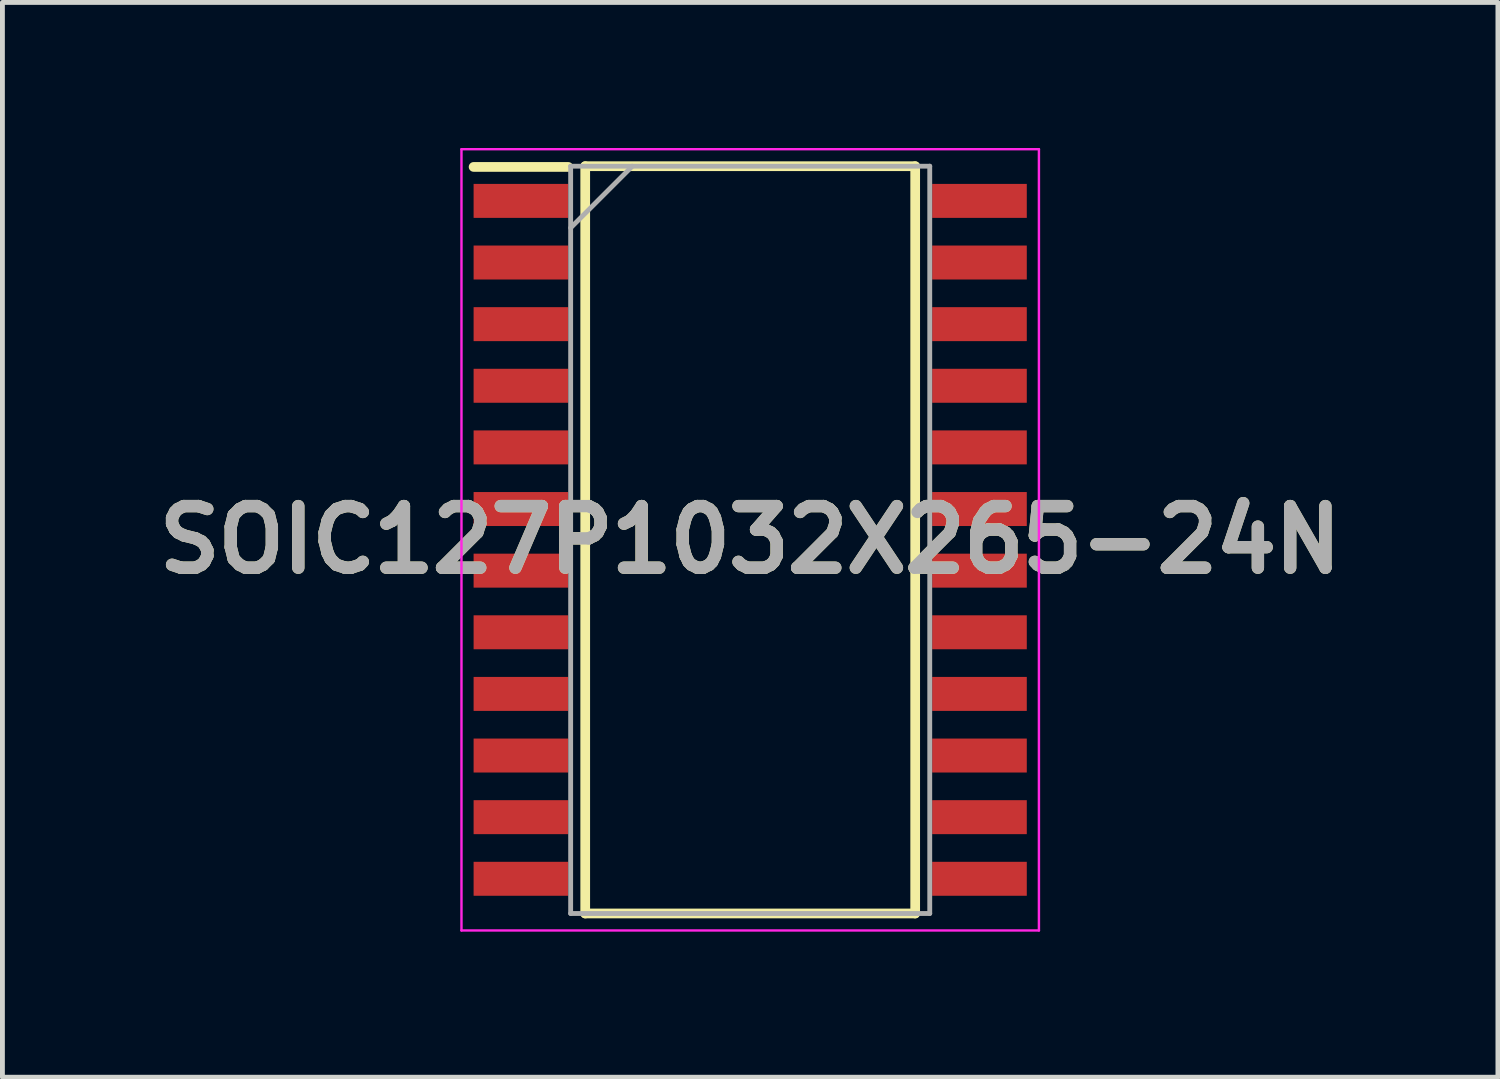
<source format=kicad_pcb>
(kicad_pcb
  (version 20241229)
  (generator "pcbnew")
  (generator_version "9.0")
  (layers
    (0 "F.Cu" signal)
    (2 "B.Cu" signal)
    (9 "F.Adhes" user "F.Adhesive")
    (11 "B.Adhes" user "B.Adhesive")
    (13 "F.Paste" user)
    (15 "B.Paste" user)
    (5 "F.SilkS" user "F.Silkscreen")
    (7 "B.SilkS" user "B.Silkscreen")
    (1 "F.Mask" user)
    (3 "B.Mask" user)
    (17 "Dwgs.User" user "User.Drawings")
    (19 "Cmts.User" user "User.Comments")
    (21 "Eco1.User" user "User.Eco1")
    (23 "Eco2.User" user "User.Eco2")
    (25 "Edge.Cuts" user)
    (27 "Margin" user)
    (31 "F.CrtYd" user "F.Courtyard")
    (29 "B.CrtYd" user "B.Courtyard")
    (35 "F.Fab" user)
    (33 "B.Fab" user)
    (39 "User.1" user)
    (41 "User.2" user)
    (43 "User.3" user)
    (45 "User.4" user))
  (footprint "SOIC127P1032X265-24N"
    (layer "F.Cu")
    (at 12.41 8.075)
    (property "Reference" "SOIC127P1032X265-24N" (at 0 0 0) (layer "F.SilkS") (effects (font (size 1.27 1.27) (thickness 0.254))))
    (attr smd)
    (fp_line (start -5.7 -7.685) (end -3.75 -7.685) (stroke (width 0.2) (type solid)) (layer "F.SilkS"))
    (fp_line (start -3.4 -7.7) (end 3.4 -7.7) (stroke (width 0.2) (type solid)) (layer "F.SilkS"))
    (fp_line (start -3.4 7.7) (end -3.4 -7.7) (stroke (width 0.2) (type solid)) (layer "F.SilkS"))
    (fp_line (start 3.4 -7.7) (end 3.4 7.7) (stroke (width 0.2) (type solid)) (layer "F.SilkS"))
    (fp_line (start 3.4 7.7) (end -3.4 7.7) (stroke (width 0.2) (type solid)) (layer "F.SilkS"))
    (fp_line (start -5.95 -8.05) (end 5.95 -8.05) (stroke (width 0.05) (type solid)) (layer "F.CrtYd"))
    (fp_line (start -5.95 8.05) (end -5.95 -8.05) (stroke (width 0.05) (type solid)) (layer "F.CrtYd"))
    (fp_line (start 5.95 -8.05) (end 5.95 8.05) (stroke (width 0.05) (type solid)) (layer "F.CrtYd"))
    (fp_line (start 5.95 8.05) (end -5.95 8.05) (stroke (width 0.05) (type solid)) (layer "F.CrtYd"))
    (fp_line (start -3.7 -7.7) (end 3.7 -7.7) (stroke (width 0.1) (type solid)) (layer "F.Fab"))
    (fp_line (start -3.7 -6.43) (end -2.43 -7.7) (stroke (width 0.1) (type solid)) (layer "F.Fab"))
    (fp_line (start -3.7 7.7) (end -3.7 -7.7) (stroke (width 0.1) (type solid)) (layer "F.Fab"))
    (fp_line (start 3.7 -7.7) (end 3.7 7.7) (stroke (width 0.1) (type solid)) (layer "F.Fab"))
    (fp_line (start 3.7 7.7) (end -3.7 7.7) (stroke (width 0.1) (type solid)) (layer "F.Fab"))
    (fp_text user "${REFERENCE}" (at 0 0 0) (layer "F.Fab") (effects (font (size 1.27 1.27) (thickness 0.254))))
    (pad "1" smd rect (at -4.725 -6.985 90) (size 0.7 1.95) (layers "F.Cu" "F.Mask" "F.Paste"))
    (pad "2" smd rect (at -4.725 -5.715 90) (size 0.7 1.95) (layers "F.Cu" "F.Mask" "F.Paste"))
    (pad "3" smd rect (at -4.725 -4.445 90) (size 0.7 1.95) (layers "F.Cu" "F.Mask" "F.Paste"))
    (pad "4" smd rect (at -4.725 -3.175 90) (size 0.7 1.95) (layers "F.Cu" "F.Mask" "F.Paste"))
    (pad "5" smd rect (at -4.725 -1.905 90) (size 0.7 1.95) (layers "F.Cu" "F.Mask" "F.Paste"))
    (pad "6" smd rect (at -4.725 -0.635 90) (size 0.7 1.95) (layers "F.Cu" "F.Mask" "F.Paste"))
    (pad "7" smd rect (at -4.725 0.635 90) (size 0.7 1.95) (layers "F.Cu" "F.Mask" "F.Paste"))
    (pad "8" smd rect (at -4.725 1.905 90) (size 0.7 1.95) (layers "F.Cu" "F.Mask" "F.Paste"))
    (pad "9" smd rect (at -4.725 3.175 90) (size 0.7 1.95) (layers "F.Cu" "F.Mask" "F.Paste"))
    (pad "10" smd rect (at -4.725 4.445 90) (size 0.7 1.95) (layers "F.Cu" "F.Mask" "F.Paste"))
    (pad "11" smd rect (at -4.725 5.715 90) (size 0.7 1.95) (layers "F.Cu" "F.Mask" "F.Paste"))
    (pad "12" smd rect (at -4.725 6.985 90) (size 0.7 1.95) (layers "F.Cu" "F.Mask" "F.Paste"))
    (pad "13" smd rect (at 4.725 6.985 90) (size 0.7 1.95) (layers "F.Cu" "F.Mask" "F.Paste"))
    (pad "14" smd rect (at 4.725 5.715 90) (size 0.7 1.95) (layers "F.Cu" "F.Mask" "F.Paste"))
    (pad "15" smd rect (at 4.725 4.445 90) (size 0.7 1.95) (layers "F.Cu" "F.Mask" "F.Paste"))
    (pad "16" smd rect (at 4.725 3.175 90) (size 0.7 1.95) (layers "F.Cu" "F.Mask" "F.Paste"))
    (pad "17" smd rect (at 4.725 1.905 90) (size 0.7 1.95) (layers "F.Cu" "F.Mask" "F.Paste"))
    (pad "18" smd rect (at 4.725 0.635 90) (size 0.7 1.95) (layers "F.Cu" "F.Mask" "F.Paste"))
    (pad "19" smd rect (at 4.725 -0.635 90) (size 0.7 1.95) (layers "F.Cu" "F.Mask" "F.Paste"))
    (pad "20" smd rect (at 4.725 -1.905 90) (size 0.7 1.95) (layers "F.Cu" "F.Mask" "F.Paste"))
    (pad "21" smd rect (at 4.725 -3.175 90) (size 0.7 1.95) (layers "F.Cu" "F.Mask" "F.Paste"))
    (pad "22" smd rect (at 4.725 -4.445 90) (size 0.7 1.95) (layers "F.Cu" "F.Mask" "F.Paste"))
    (pad "23" smd rect (at 4.725 -5.715 90) (size 0.7 1.95) (layers "F.Cu" "F.Mask" "F.Paste"))
    (pad "24" smd rect (at 4.725 -6.985 90) (size 0.7 1.95) (layers "F.Cu" "F.Mask" "F.Paste")))
  (gr_rect
    (start -3 -3)
    (end 27.819 19.15)
    (stroke (width 0.1) (type default))
    (fill no)
    (layer "Edge.Cuts")))
</source>
